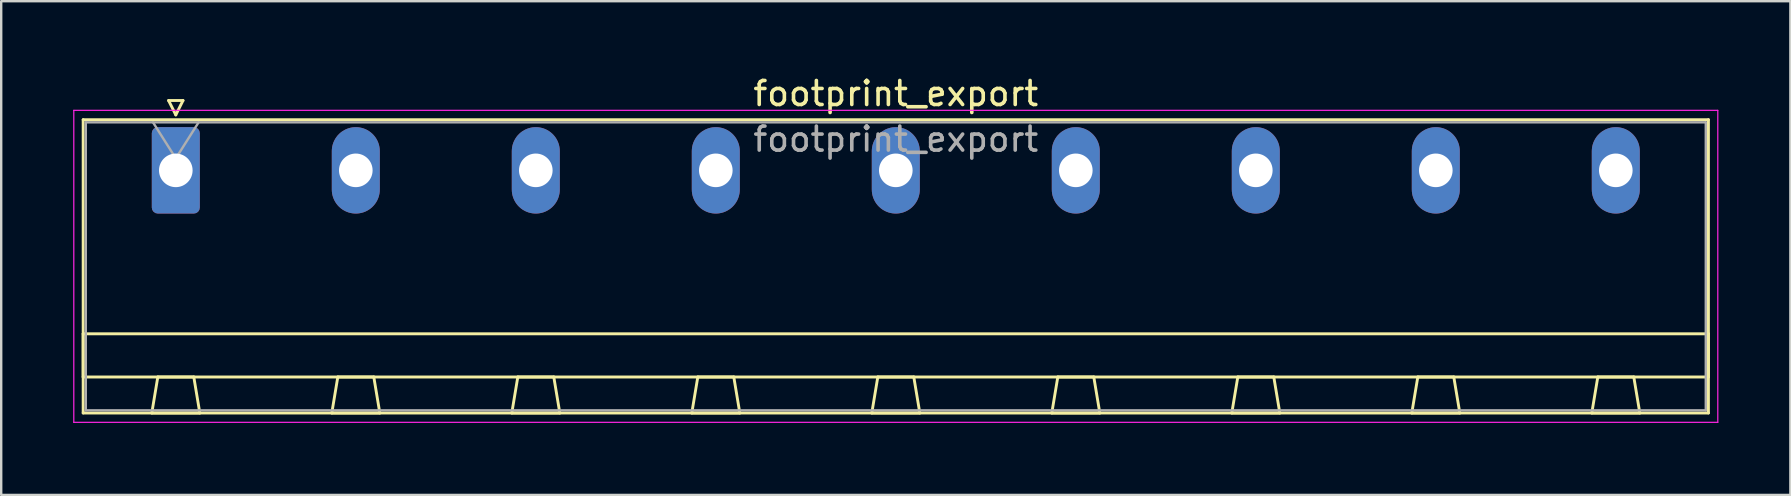
<source format=kicad_pcb>
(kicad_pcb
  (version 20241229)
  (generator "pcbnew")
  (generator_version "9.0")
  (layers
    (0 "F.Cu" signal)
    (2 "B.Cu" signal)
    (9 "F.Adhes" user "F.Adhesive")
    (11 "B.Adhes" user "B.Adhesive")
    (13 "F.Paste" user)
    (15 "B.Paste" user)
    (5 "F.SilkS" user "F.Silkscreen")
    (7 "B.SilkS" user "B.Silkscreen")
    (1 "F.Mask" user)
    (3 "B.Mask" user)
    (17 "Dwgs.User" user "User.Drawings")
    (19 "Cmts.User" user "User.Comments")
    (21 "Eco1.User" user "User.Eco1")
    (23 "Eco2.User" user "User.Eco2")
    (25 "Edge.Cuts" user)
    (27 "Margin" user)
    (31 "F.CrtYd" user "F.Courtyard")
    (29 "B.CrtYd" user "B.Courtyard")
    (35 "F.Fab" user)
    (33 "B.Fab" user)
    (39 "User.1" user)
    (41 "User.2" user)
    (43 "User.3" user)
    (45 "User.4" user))
  (footprint "footprint_export"
    (layer "F.Cu")
    (at 4.275 4.048)
    (property "Reference" "footprint_export" (at 30 -3.2 0) (layer "F.SilkS") (effects (font (size 1 1) (thickness 0.15))))
    (attr through_hole)
    (fp_line (start -3.86 -2.11) (end -3.86 10.11) (stroke (width 0.12) (type solid)) (layer "F.SilkS"))
    (fp_line (start -3.86 6.81) (end 63.86 6.81) (stroke (width 0.12) (type solid)) (layer "F.SilkS"))
    (fp_line (start -3.86 8.61) (end -3.86 6.81) (stroke (width 0.12) (type solid)) (layer "F.SilkS"))
    (fp_line (start -3.86 10.11) (end 63.86 10.11) (stroke (width 0.12) (type solid)) (layer "F.SilkS"))
    (fp_line (start -1 10.11) (end 1 10.11) (stroke (width 0.12) (type solid)) (layer "F.SilkS"))
    (fp_line (start -0.75 8.61) (end -1 10.11) (stroke (width 0.12) (type solid)) (layer "F.SilkS"))
    (fp_line (start -0.3 -2.91) (end 0.3 -2.91) (stroke (width 0.12) (type solid)) (layer "F.SilkS"))
    (fp_line (start 0 -2.31) (end -0.3 -2.91) (stroke (width 0.12) (type solid)) (layer "F.SilkS"))
    (fp_line (start 0.3 -2.91) (end 0 -2.31) (stroke (width 0.12) (type solid)) (layer "F.SilkS"))
    (fp_line (start 0.75 8.61) (end -0.75 8.61) (stroke (width 0.12) (type solid)) (layer "F.SilkS"))
    (fp_line (start 1 10.11) (end 0.75 8.61) (stroke (width 0.12) (type solid)) (layer "F.SilkS"))
    (fp_line (start 6.5 10.11) (end 8.5 10.11) (stroke (width 0.12) (type solid)) (layer "F.SilkS"))
    (fp_line (start 6.75 8.61) (end 6.5 10.11) (stroke (width 0.12) (type solid)) (layer "F.SilkS"))
    (fp_line (start 8.25 8.61) (end 6.75 8.61) (stroke (width 0.12) (type solid)) (layer "F.SilkS"))
    (fp_line (start 8.5 10.11) (end 8.25 8.61) (stroke (width 0.12) (type solid)) (layer "F.SilkS"))
    (fp_line (start 14 10.11) (end 16 10.11) (stroke (width 0.12) (type solid)) (layer "F.SilkS"))
    (fp_line (start 14.25 8.61) (end 14 10.11) (stroke (width 0.12) (type solid)) (layer "F.SilkS"))
    (fp_line (start 15.75 8.61) (end 14.25 8.61) (stroke (width 0.12) (type solid)) (layer "F.SilkS"))
    (fp_line (start 16 10.11) (end 15.75 8.61) (stroke (width 0.12) (type solid)) (layer "F.SilkS"))
    (fp_line (start 21.5 10.11) (end 23.5 10.11) (stroke (width 0.12) (type solid)) (layer "F.SilkS"))
    (fp_line (start 21.75 8.61) (end 21.5 10.11) (stroke (width 0.12) (type solid)) (layer "F.SilkS"))
    (fp_line (start 23.25 8.61) (end 21.75 8.61) (stroke (width 0.12) (type solid)) (layer "F.SilkS"))
    (fp_line (start 23.5 10.11) (end 23.25 8.61) (stroke (width 0.12) (type solid)) (layer "F.SilkS"))
    (fp_line (start 29 10.11) (end 31 10.11) (stroke (width 0.12) (type solid)) (layer "F.SilkS"))
    (fp_line (start 29.25 8.61) (end 29 10.11) (stroke (width 0.12) (type solid)) (layer "F.SilkS"))
    (fp_line (start 30.75 8.61) (end 29.25 8.61) (stroke (width 0.12) (type solid)) (layer "F.SilkS"))
    (fp_line (start 31 10.11) (end 30.75 8.61) (stroke (width 0.12) (type solid)) (layer "F.SilkS"))
    (fp_line (start 36.5 10.11) (end 38.5 10.11) (stroke (width 0.12) (type solid)) (layer "F.SilkS"))
    (fp_line (start 36.75 8.61) (end 36.5 10.11) (stroke (width 0.12) (type solid)) (layer "F.SilkS"))
    (fp_line (start 38.25 8.61) (end 36.75 8.61) (stroke (width 0.12) (type solid)) (layer "F.SilkS"))
    (fp_line (start 38.5 10.11) (end 38.25 8.61) (stroke (width 0.12) (type solid)) (layer "F.SilkS"))
    (fp_line (start 44 10.11) (end 46 10.11) (stroke (width 0.12) (type solid)) (layer "F.SilkS"))
    (fp_line (start 44.25 8.61) (end 44 10.11) (stroke (width 0.12) (type solid)) (layer "F.SilkS"))
    (fp_line (start 45.75 8.61) (end 44.25 8.61) (stroke (width 0.12) (type solid)) (layer "F.SilkS"))
    (fp_line (start 46 10.11) (end 45.75 8.61) (stroke (width 0.12) (type solid)) (layer "F.SilkS"))
    (fp_line (start 51.5 10.11) (end 53.5 10.11) (stroke (width 0.12) (type solid)) (layer "F.SilkS"))
    (fp_line (start 51.75 8.61) (end 51.5 10.11) (stroke (width 0.12) (type solid)) (layer "F.SilkS"))
    (fp_line (start 53.25 8.61) (end 51.75 8.61) (stroke (width 0.12) (type solid)) (layer "F.SilkS"))
    (fp_line (start 53.5 10.11) (end 53.25 8.61) (stroke (width 0.12) (type solid)) (layer "F.SilkS"))
    (fp_line (start 59 10.11) (end 61 10.11) (stroke (width 0.12) (type solid)) (layer "F.SilkS"))
    (fp_line (start 59.25 8.61) (end 59 10.11) (stroke (width 0.12) (type solid)) (layer "F.SilkS"))
    (fp_line (start 60.75 8.61) (end 59.25 8.61) (stroke (width 0.12) (type solid)) (layer "F.SilkS"))
    (fp_line (start 61 10.11) (end 60.75 8.61) (stroke (width 0.12) (type solid)) (layer "F.SilkS"))
    (fp_line (start 63.86 -2.11) (end -3.86 -2.11) (stroke (width 0.12) (type solid)) (layer "F.SilkS"))
    (fp_line (start 63.86 6.81) (end 63.86 8.61) (stroke (width 0.12) (type solid)) (layer "F.SilkS"))
    (fp_line (start 63.86 8.61) (end -3.86 8.61) (stroke (width 0.12) (type solid)) (layer "F.SilkS"))
    (fp_line (start 63.86 10.11) (end 63.86 -2.11) (stroke (width 0.12) (type solid)) (layer "F.SilkS"))
    (fp_line (start -4.25 -2.5) (end -4.25 10.5) (stroke (width 0.05) (type solid)) (layer "F.CrtYd"))
    (fp_line (start -4.25 10.5) (end 64.25 10.5) (stroke (width 0.05) (type solid)) (layer "F.CrtYd"))
    (fp_line (start 64.25 -2.5) (end -4.25 -2.5) (stroke (width 0.05) (type solid)) (layer "F.CrtYd"))
    (fp_line (start 64.25 10.5) (end 64.25 -2.5) (stroke (width 0.05) (type solid)) (layer "F.CrtYd"))
    (fp_line (start -3.75 -2) (end -3.75 10) (stroke (width 0.1) (type solid)) (layer "F.Fab"))
    (fp_line (start -3.75 10) (end 63.75 10) (stroke (width 0.1) (type solid)) (layer "F.Fab"))
    (fp_line (start 0 -0.5) (end -0.95 -2) (stroke (width 0.1) (type solid)) (layer "F.Fab"))
    (fp_line (start 0.95 -2) (end 0 -0.5) (stroke (width 0.1) (type solid)) (layer "F.Fab"))
    (fp_line (start 63.75 -2) (end -3.75 -2) (stroke (width 0.1) (type solid)) (layer "F.Fab"))
    (fp_line (start 63.75 10) (end 63.75 -2) (stroke (width 0.1) (type solid)) (layer "F.Fab"))
    (fp_text user "${REFERENCE}" (at 30 -1.3 0) (layer "F.Fab") (effects (font (size 1 1) (thickness 0.15))))
    (pad "1" thru_hole roundrect (at 0 0) (size 2 3.6) (drill 1.4) (layers "*.Cu" "*.Mask") (roundrect_rratio 0.125))
    (pad "2" thru_hole oval (at 7.5 0) (size 2 3.6) (drill 1.4) (layers "*.Cu" "*.Mask"))
    (pad "3" thru_hole oval (at 15 0) (size 2 3.6) (drill 1.4) (layers "*.Cu" "*.Mask"))
    (pad "4" thru_hole oval (at 22.5 0) (size 2 3.6) (drill 1.4) (layers "*.Cu" "*.Mask"))
    (pad "5" thru_hole oval (at 30 0) (size 2 3.6) (drill 1.4) (layers "*.Cu" "*.Mask"))
    (pad "6" thru_hole oval (at 37.5 0) (size 2 3.6) (drill 1.4) (layers "*.Cu" "*.Mask"))
    (pad "7" thru_hole oval (at 45 0) (size 2 3.6) (drill 1.4) (layers "*.Cu" "*.Mask"))
    (pad "8" thru_hole oval (at 52.5 0) (size 2 3.6) (drill 1.4) (layers "*.Cu" "*.Mask"))
    (pad "9" thru_hole oval (at 60 0) (size 2 3.6) (drill 1.4) (layers "*.Cu" "*.Mask")))
  (gr_rect
    (start -3 -3)
    (end 71.55 17.573)
    (stroke (width 0.1) (type default))
    (fill no)
    (layer "Edge.Cuts")))
</source>
